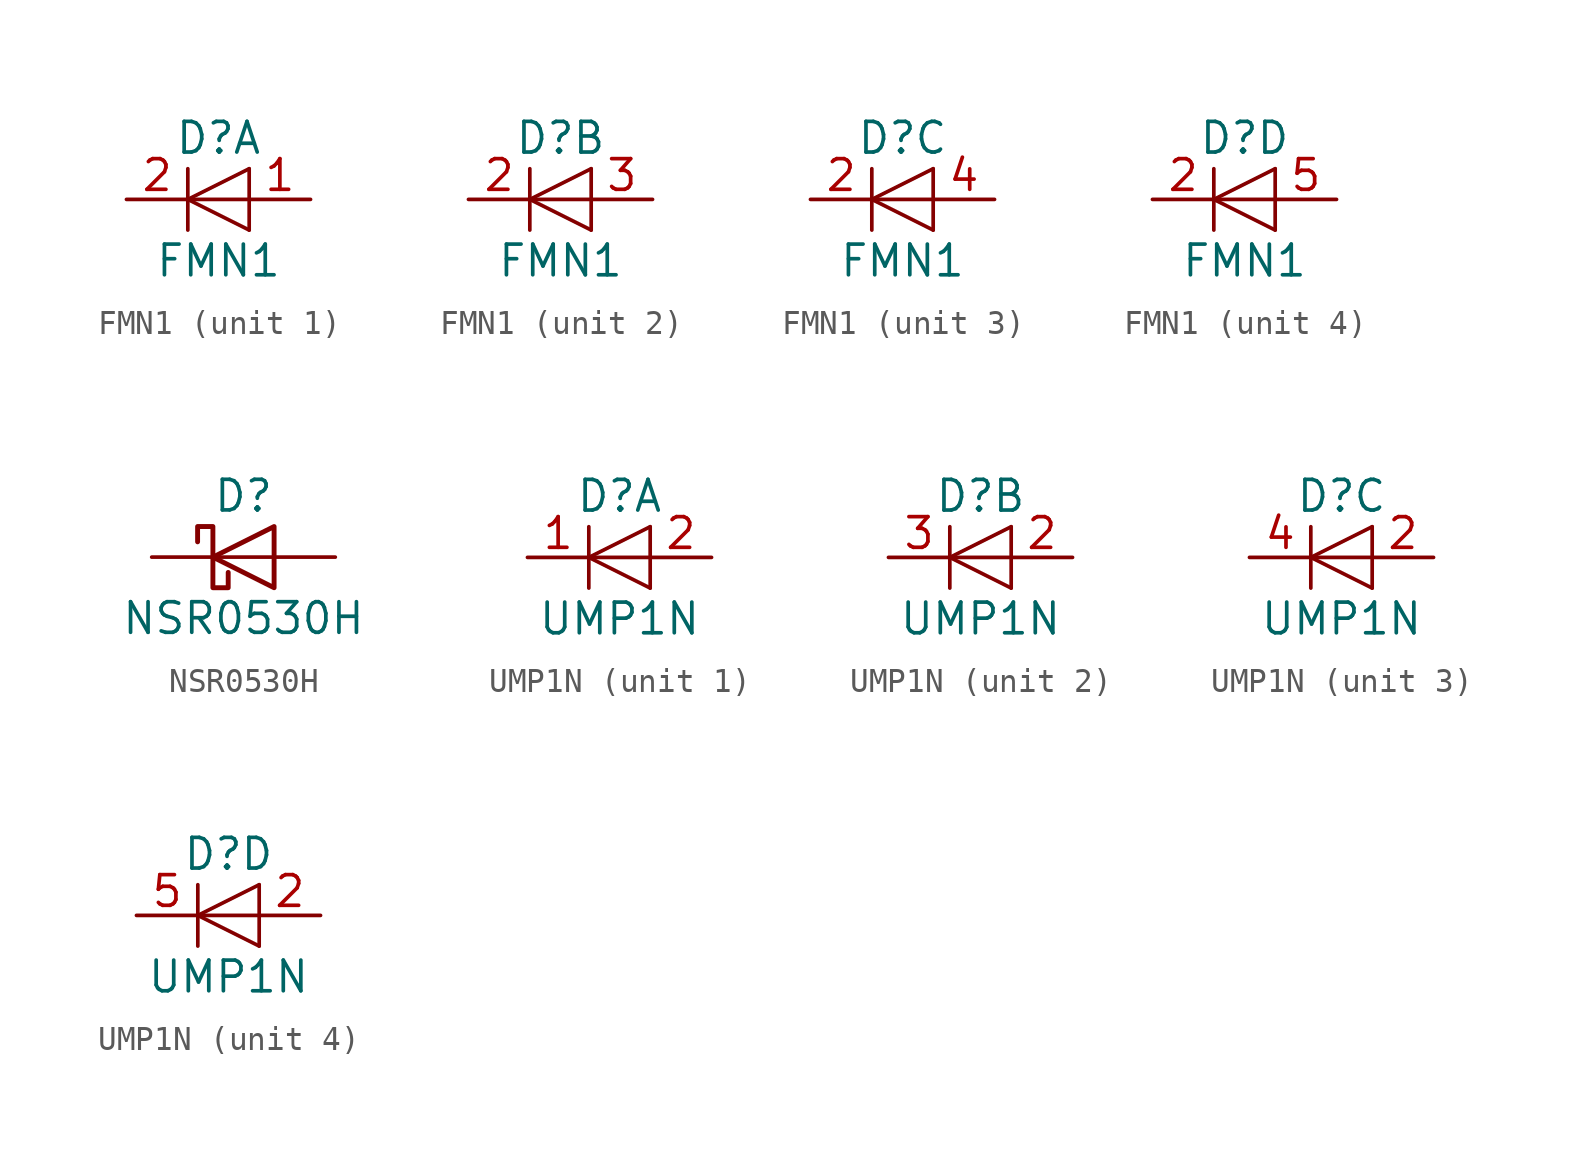
<source format=kicad_sym>
(kicad_symbol_lib
  (version 20211014)
  (generator kicad_symbol_editor)
  (symbol "FMN1"
    (pin_names
      (offset 1.016) hide)
    (property "Reference" "D"
      (at 0 2.54 0)
      (effects (font (size 1.27 1.27))))
    (property "Value" "FMN1"
      (at 0 -2.54 0)
      (effects (font (size 1.27 1.27))))
    (symbol "FMN1_0_1"
      (polyline (pts (xy -1.27 1.27) (xy -1.27 -1.27)) (stroke (width 0.152) (type default) (color 0 0 0 0)) (fill (type none)))
      (polyline (pts (xy 1.27 -1.27) (xy 1.27 1.27)) (stroke (width 0) (type default) (color 0 0 0 0)) (fill (type none)))
      (polyline (pts (xy 1.27 0) (xy -1.27 0)) (stroke (width 0) (type default) (color 0 0 0 0)) (fill (type none)))
      (polyline (pts (xy 1.27 1.27) (xy -1.27 0) (xy 1.27 -1.27)) (stroke (width 0) (type default) (color 0 0 0 0)) (fill (type none))))
    (symbol "FMN1_1_1"
      (pin passive line (at 3.81 0 180) (length 2.54) (name "A" (effects (font (size 1.27 1.27)))) (number "1" (effects (font (size 1.27 1.27)))))
      (pin passive line (at -3.81 0 0) (length 2.54) (name "K" (effects (font (size 1.27 1.27)))) (number "2" (effects (font (size 1.27 1.27))))))
    (symbol "FMN1_2_1"
      (pin passive line (at -3.81 0 0) (length 2.54) (name "K" (effects (font (size 1.27 1.27)))) (number "2" (effects (font (size 1.27 1.27)))))
      (pin passive line (at 3.81 0 180) (length 2.54) (name "A" (effects (font (size 1.27 1.27)))) (number "3" (effects (font (size 1.27 1.27))))))
    (symbol "FMN1_3_1"
      (pin passive line (at -3.81 0 0) (length 2.54) (name "K" (effects (font (size 1.27 1.27)))) (number "2" (effects (font (size 1.27 1.27)))))
      (pin passive line (at 3.81 0 180) (length 2.54) (name "A" (effects (font (size 1.27 1.27)))) (number "4" (effects (font (size 1.27 1.27))))))
    (symbol "FMN1_4_1"
      (pin passive line (at -3.81 0 0) (length 2.54) (name "K" (effects (font (size 1.27 1.27)))) (number "2" (effects (font (size 1.27 1.27)))))
      (pin passive line (at 3.81 0 180) (length 2.54) (name "A" (effects (font (size 1.27 1.27)))) (number "5" (effects (font (size 1.27 1.27)))))))
  (symbol "NSR0530H"
    (pin_numbers hide)
    (pin_names hide)
    (property "Reference" "D"
      (at 0 2.54 0)
      (effects (font (size 1.27 1.27))))
    (property "Value" "NSR0530H"
      (at 0 -2.54 0)
      (effects (font (size 1.27 1.27))))
    (symbol "NSR0530H_0_1"
      (polyline (pts (xy 1.27 0) (xy -1.27 0)) (stroke (width 0) (type default) (color 0 0 0 0)) (fill (type none)))
      (polyline (pts (xy 1.27 1.27) (xy 1.27 -1.27) (xy -1.27 0) (xy 1.27 1.27)) (stroke (width 0.203) (type default) (color 0 0 0 0)) (fill (type none)))
      (polyline (pts (xy -1.905 0.635) (xy -1.905 1.27) (xy -1.27 1.27) (xy -1.27 -1.27) (xy -0.635 -1.27) (xy -0.635 -0.635)) (stroke (width 0.203) (type default) (color 0 0 0 0)) (fill (type none))))
    (symbol "NSR0530H_1_1"
      (pin passive line (at -3.81 0 0) (length 2.54) (name "K" (effects (font (size 1.27 1.27)))) (number "1" (effects (font (size 1.27 1.27)))))
      (pin passive line (at 3.81 0 180) (length 2.54) (name "A" (effects (font (size 1.27 1.27)))) (number "2" (effects (font (size 1.27 1.27)))))))
  (symbol "UMP1N"
    (pin_names
      (offset 1.016) hide)
    (property "Reference" "D"
      (at 0 2.54 0)
      (effects (font (size 1.27 1.27))))
    (property "Value" "UMP1N"
      (at 0 -2.54 0)
      (effects (font (size 1.27 1.27))))
    (symbol "UMP1N_0_1"
      (polyline (pts (xy -1.27 1.27) (xy -1.27 -1.27)) (stroke (width 0.152) (type default) (color 0 0 0 0)) (fill (type none)))
      (polyline (pts (xy 1.27 -1.27) (xy 1.27 1.27)) (stroke (width 0) (type default) (color 0 0 0 0)) (fill (type none)))
      (polyline (pts (xy 1.27 0) (xy -1.27 0)) (stroke (width 0) (type default) (color 0 0 0 0)) (fill (type none)))
      (polyline (pts (xy 1.27 1.27) (xy -1.27 0) (xy 1.27 -1.27)) (stroke (width 0) (type default) (color 0 0 0 0)) (fill (type none))))
    (symbol "UMP1N_1_1"
      (pin passive line (at -3.81 0 0) (length 2.54) (name "K" (effects (font (size 1.27 1.27)))) (number "1" (effects (font (size 1.27 1.27)))))
      (pin passive line (at 3.81 0 180) (length 2.54) (name "A" (effects (font (size 1.27 1.27)))) (number "2" (effects (font (size 1.27 1.27))))))
    (symbol "UMP1N_2_1"
      (pin passive line (at 3.81 0 180) (length 2.54) (name "A" (effects (font (size 1.27 1.27)))) (number "2" (effects (font (size 1.27 1.27)))))
      (pin passive line (at -3.81 0 0) (length 2.54) (name "K" (effects (font (size 1.27 1.27)))) (number "3" (effects (font (size 1.27 1.27))))))
    (symbol "UMP1N_3_1"
      (pin passive line (at 3.81 0 180) (length 2.54) (name "A" (effects (font (size 1.27 1.27)))) (number "2" (effects (font (size 1.27 1.27)))))
      (pin passive line (at -3.81 0 0) (length 2.54) (name "K" (effects (font (size 1.27 1.27)))) (number "4" (effects (font (size 1.27 1.27))))))
    (symbol "UMP1N_4_1"
      (pin passive line (at 3.81 0 180) (length 2.54) (name "A" (effects (font (size 1.27 1.27)))) (number "2" (effects (font (size 1.27 1.27)))))
      (pin passive line (at -3.81 0 0) (length 2.54) (name "K" (effects (font (size 1.27 1.27)))) (number "5" (effects (font (size 1.27 1.27))))))))
</source>
